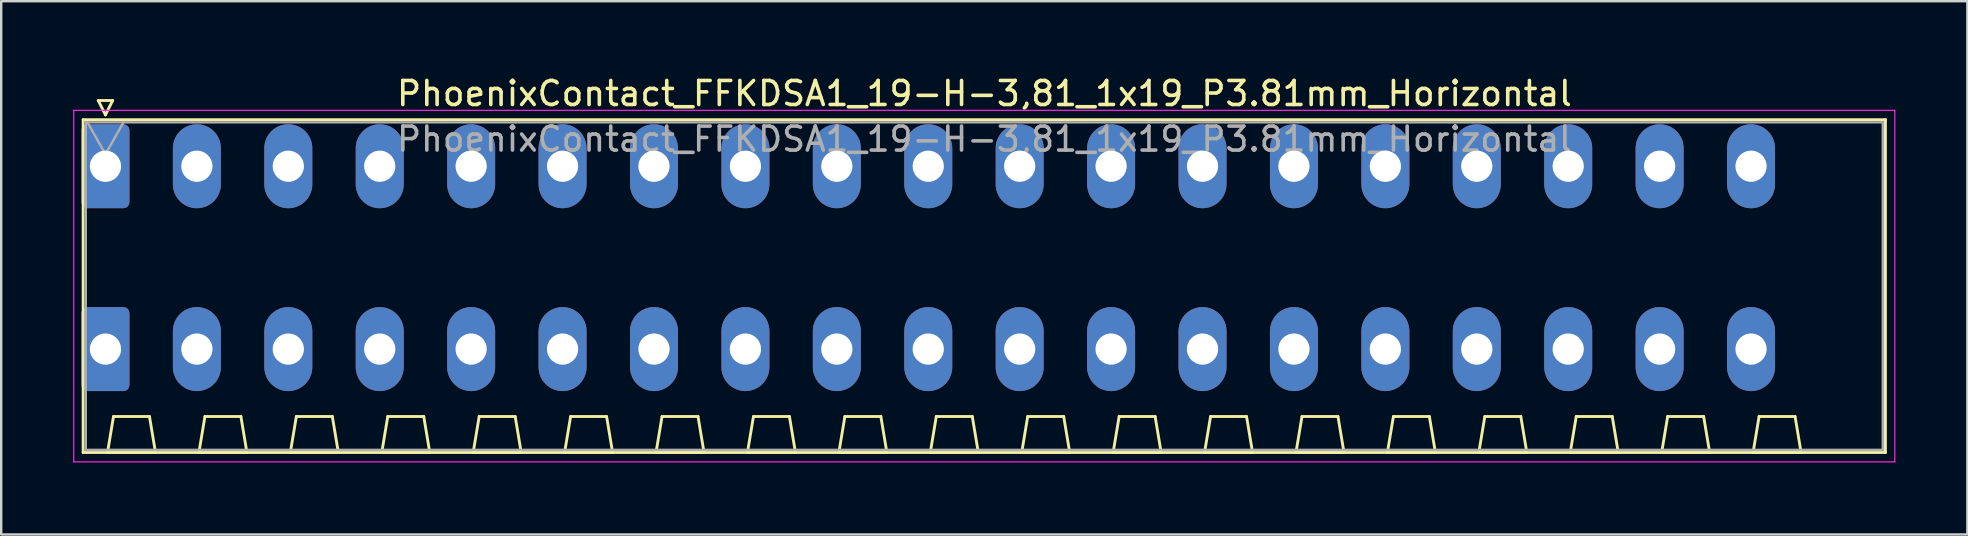
<source format=kicad_pcb>
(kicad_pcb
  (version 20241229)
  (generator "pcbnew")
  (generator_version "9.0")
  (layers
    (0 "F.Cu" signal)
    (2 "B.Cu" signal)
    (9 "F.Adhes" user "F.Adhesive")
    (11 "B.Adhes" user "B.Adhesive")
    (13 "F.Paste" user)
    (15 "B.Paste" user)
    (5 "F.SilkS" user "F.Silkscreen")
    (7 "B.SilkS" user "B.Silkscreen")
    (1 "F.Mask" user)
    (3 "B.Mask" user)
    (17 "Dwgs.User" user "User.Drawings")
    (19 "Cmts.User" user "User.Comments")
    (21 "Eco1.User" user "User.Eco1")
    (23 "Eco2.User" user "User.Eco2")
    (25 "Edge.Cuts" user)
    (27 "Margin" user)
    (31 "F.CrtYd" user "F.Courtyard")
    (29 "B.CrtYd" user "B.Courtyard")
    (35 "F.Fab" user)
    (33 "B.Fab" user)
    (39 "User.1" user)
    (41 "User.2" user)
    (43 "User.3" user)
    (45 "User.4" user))
  (footprint "PhoenixContact_FFKDSA1_19-H-3,81_1x19_P3.81mm_Horizontal"
    (layer "F.Cu")
    (at 1.345 3.878)
    (property "Reference" "PhoenixContact_FFKDSA1_19-H-3,81_1x19_P3.81mm_Horizontal" (at 36.63 -3.03 0) (layer "F.SilkS") (effects (font (size 1 1) (thickness 0.15))))
    (attr through_hole)
    (fp_line (start -0.93 -1.94) (end -0.93 11.93) (stroke (width 0.12) (type solid)) (layer "F.SilkS"))
    (fp_line (start -0.93 11.93) (end 74.18 11.93) (stroke (width 0.12) (type solid)) (layer "F.SilkS"))
    (fp_line (start -0.3 -2.74) (end 0.3 -2.74) (stroke (width 0.12) (type solid)) (layer "F.SilkS"))
    (fp_line (start 0 -2.14) (end -0.3 -2.74) (stroke (width 0.12) (type solid)) (layer "F.SilkS"))
    (fp_line (start 0.085 11.93) (end 2.085 11.93) (stroke (width 0.12) (type solid)) (layer "F.SilkS"))
    (fp_line (start 0.3 -2.74) (end 0 -2.14) (stroke (width 0.12) (type solid)) (layer "F.SilkS"))
    (fp_line (start 0.335 10.43) (end 0.085 11.93) (stroke (width 0.12) (type solid)) (layer "F.SilkS"))
    (fp_line (start 1.835 10.43) (end 0.335 10.43) (stroke (width 0.12) (type solid)) (layer "F.SilkS"))
    (fp_line (start 2.085 11.93) (end 1.835 10.43) (stroke (width 0.12) (type solid)) (layer "F.SilkS"))
    (fp_line (start 3.895 11.93) (end 5.895 11.93) (stroke (width 0.12) (type solid)) (layer "F.SilkS"))
    (fp_line (start 4.145 10.43) (end 3.895 11.93) (stroke (width 0.12) (type solid)) (layer "F.SilkS"))
    (fp_line (start 5.645 10.43) (end 4.145 10.43) (stroke (width 0.12) (type solid)) (layer "F.SilkS"))
    (fp_line (start 5.895 11.93) (end 5.645 10.43) (stroke (width 0.12) (type solid)) (layer "F.SilkS"))
    (fp_line (start 7.705 11.93) (end 9.705 11.93) (stroke (width 0.12) (type solid)) (layer "F.SilkS"))
    (fp_line (start 7.955 10.43) (end 7.705 11.93) (stroke (width 0.12) (type solid)) (layer "F.SilkS"))
    (fp_line (start 9.455 10.43) (end 7.955 10.43) (stroke (width 0.12) (type solid)) (layer "F.SilkS"))
    (fp_line (start 9.705 11.93) (end 9.455 10.43) (stroke (width 0.12) (type solid)) (layer "F.SilkS"))
    (fp_line (start 11.515 11.93) (end 13.515 11.93) (stroke (width 0.12) (type solid)) (layer "F.SilkS"))
    (fp_line (start 11.765 10.43) (end 11.515 11.93) (stroke (width 0.12) (type solid)) (layer "F.SilkS"))
    (fp_line (start 13.265 10.43) (end 11.765 10.43) (stroke (width 0.12) (type solid)) (layer "F.SilkS"))
    (fp_line (start 13.515 11.93) (end 13.265 10.43) (stroke (width 0.12) (type solid)) (layer "F.SilkS"))
    (fp_line (start 15.325 11.93) (end 17.325 11.93) (stroke (width 0.12) (type solid)) (layer "F.SilkS"))
    (fp_line (start 15.575 10.43) (end 15.325 11.93) (stroke (width 0.12) (type solid)) (layer "F.SilkS"))
    (fp_line (start 17.075 10.43) (end 15.575 10.43) (stroke (width 0.12) (type solid)) (layer "F.SilkS"))
    (fp_line (start 17.325 11.93) (end 17.075 10.43) (stroke (width 0.12) (type solid)) (layer "F.SilkS"))
    (fp_line (start 19.135 11.93) (end 21.135 11.93) (stroke (width 0.12) (type solid)) (layer "F.SilkS"))
    (fp_line (start 19.385 10.43) (end 19.135 11.93) (stroke (width 0.12) (type solid)) (layer "F.SilkS"))
    (fp_line (start 20.885 10.43) (end 19.385 10.43) (stroke (width 0.12) (type solid)) (layer "F.SilkS"))
    (fp_line (start 21.135 11.93) (end 20.885 10.43) (stroke (width 0.12) (type solid)) (layer "F.SilkS"))
    (fp_line (start 22.945 11.93) (end 24.945 11.93) (stroke (width 0.12) (type solid)) (layer "F.SilkS"))
    (fp_line (start 23.195 10.43) (end 22.945 11.93) (stroke (width 0.12) (type solid)) (layer "F.SilkS"))
    (fp_line (start 24.695 10.43) (end 23.195 10.43) (stroke (width 0.12) (type solid)) (layer "F.SilkS"))
    (fp_line (start 24.945 11.93) (end 24.695 10.43) (stroke (width 0.12) (type solid)) (layer "F.SilkS"))
    (fp_line (start 26.755 11.93) (end 28.755 11.93) (stroke (width 0.12) (type solid)) (layer "F.SilkS"))
    (fp_line (start 27.005 10.43) (end 26.755 11.93) (stroke (width 0.12) (type solid)) (layer "F.SilkS"))
    (fp_line (start 28.505 10.43) (end 27.005 10.43) (stroke (width 0.12) (type solid)) (layer "F.SilkS"))
    (fp_line (start 28.755 11.93) (end 28.505 10.43) (stroke (width 0.12) (type solid)) (layer "F.SilkS"))
    (fp_line (start 30.565 11.93) (end 32.565 11.93) (stroke (width 0.12) (type solid)) (layer "F.SilkS"))
    (fp_line (start 30.815 10.43) (end 30.565 11.93) (stroke (width 0.12) (type solid)) (layer "F.SilkS"))
    (fp_line (start 32.315 10.43) (end 30.815 10.43) (stroke (width 0.12) (type solid)) (layer "F.SilkS"))
    (fp_line (start 32.565 11.93) (end 32.315 10.43) (stroke (width 0.12) (type solid)) (layer "F.SilkS"))
    (fp_line (start 34.375 11.93) (end 36.375 11.93) (stroke (width 0.12) (type solid)) (layer "F.SilkS"))
    (fp_line (start 34.625 10.43) (end 34.375 11.93) (stroke (width 0.12) (type solid)) (layer "F.SilkS"))
    (fp_line (start 36.125 10.43) (end 34.625 10.43) (stroke (width 0.12) (type solid)) (layer "F.SilkS"))
    (fp_line (start 36.375 11.93) (end 36.125 10.43) (stroke (width 0.12) (type solid)) (layer "F.SilkS"))
    (fp_line (start 38.185 11.93) (end 40.185 11.93) (stroke (width 0.12) (type solid)) (layer "F.SilkS"))
    (fp_line (start 38.435 10.43) (end 38.185 11.93) (stroke (width 0.12) (type solid)) (layer "F.SilkS"))
    (fp_line (start 39.935 10.43) (end 38.435 10.43) (stroke (width 0.12) (type solid)) (layer "F.SilkS"))
    (fp_line (start 40.185 11.93) (end 39.935 10.43) (stroke (width 0.12) (type solid)) (layer "F.SilkS"))
    (fp_line (start 41.995 11.93) (end 43.995 11.93) (stroke (width 0.12) (type solid)) (layer "F.SilkS"))
    (fp_line (start 42.245 10.43) (end 41.995 11.93) (stroke (width 0.12) (type solid)) (layer "F.SilkS"))
    (fp_line (start 43.745 10.43) (end 42.245 10.43) (stroke (width 0.12) (type solid)) (layer "F.SilkS"))
    (fp_line (start 43.995 11.93) (end 43.745 10.43) (stroke (width 0.12) (type solid)) (layer "F.SilkS"))
    (fp_line (start 45.805 11.93) (end 47.805 11.93) (stroke (width 0.12) (type solid)) (layer "F.SilkS"))
    (fp_line (start 46.055 10.43) (end 45.805 11.93) (stroke (width 0.12) (type solid)) (layer "F.SilkS"))
    (fp_line (start 47.555 10.43) (end 46.055 10.43) (stroke (width 0.12) (type solid)) (layer "F.SilkS"))
    (fp_line (start 47.805 11.93) (end 47.555 10.43) (stroke (width 0.12) (type solid)) (layer "F.SilkS"))
    (fp_line (start 49.615 11.93) (end 51.615 11.93) (stroke (width 0.12) (type solid)) (layer "F.SilkS"))
    (fp_line (start 49.865 10.43) (end 49.615 11.93) (stroke (width 0.12) (type solid)) (layer "F.SilkS"))
    (fp_line (start 51.365 10.43) (end 49.865 10.43) (stroke (width 0.12) (type solid)) (layer "F.SilkS"))
    (fp_line (start 51.615 11.93) (end 51.365 10.43) (stroke (width 0.12) (type solid)) (layer "F.SilkS"))
    (fp_line (start 53.425 11.93) (end 55.425 11.93) (stroke (width 0.12) (type solid)) (layer "F.SilkS"))
    (fp_line (start 53.675 10.43) (end 53.425 11.93) (stroke (width 0.12) (type solid)) (layer "F.SilkS"))
    (fp_line (start 55.175 10.43) (end 53.675 10.43) (stroke (width 0.12) (type solid)) (layer "F.SilkS"))
    (fp_line (start 55.425 11.93) (end 55.175 10.43) (stroke (width 0.12) (type solid)) (layer "F.SilkS"))
    (fp_line (start 57.235 11.93) (end 59.235 11.93) (stroke (width 0.12) (type solid)) (layer "F.SilkS"))
    (fp_line (start 57.485 10.43) (end 57.235 11.93) (stroke (width 0.12) (type solid)) (layer "F.SilkS"))
    (fp_line (start 58.985 10.43) (end 57.485 10.43) (stroke (width 0.12) (type solid)) (layer "F.SilkS"))
    (fp_line (start 59.235 11.93) (end 58.985 10.43) (stroke (width 0.12) (type solid)) (layer "F.SilkS"))
    (fp_line (start 61.045 11.93) (end 63.045 11.93) (stroke (width 0.12) (type solid)) (layer "F.SilkS"))
    (fp_line (start 61.295 10.43) (end 61.045 11.93) (stroke (width 0.12) (type solid)) (layer "F.SilkS"))
    (fp_line (start 62.795 10.43) (end 61.295 10.43) (stroke (width 0.12) (type solid)) (layer "F.SilkS"))
    (fp_line (start 63.045 11.93) (end 62.795 10.43) (stroke (width 0.12) (type solid)) (layer "F.SilkS"))
    (fp_line (start 64.855 11.93) (end 66.855 11.93) (stroke (width 0.12) (type solid)) (layer "F.SilkS"))
    (fp_line (start 65.105 10.43) (end 64.855 11.93) (stroke (width 0.12) (type solid)) (layer "F.SilkS"))
    (fp_line (start 66.605 10.43) (end 65.105 10.43) (stroke (width 0.12) (type solid)) (layer "F.SilkS"))
    (fp_line (start 66.855 11.93) (end 66.605 10.43) (stroke (width 0.12) (type solid)) (layer "F.SilkS"))
    (fp_line (start 68.665 11.93) (end 70.665 11.93) (stroke (width 0.12) (type solid)) (layer "F.SilkS"))
    (fp_line (start 68.915 10.43) (end 68.665 11.93) (stroke (width 0.12) (type solid)) (layer "F.SilkS"))
    (fp_line (start 70.415 10.43) (end 68.915 10.43) (stroke (width 0.12) (type solid)) (layer "F.SilkS"))
    (fp_line (start 70.665 11.93) (end 70.415 10.43) (stroke (width 0.12) (type solid)) (layer "F.SilkS"))
    (fp_line (start 74.18 -1.94) (end -0.93 -1.94) (stroke (width 0.12) (type solid)) (layer "F.SilkS"))
    (fp_line (start 74.18 11.93) (end 74.18 -1.94) (stroke (width 0.12) (type solid)) (layer "F.SilkS"))
    (fp_line (start -1.32 -2.33) (end -1.32 12.32) (stroke (width 0.05) (type solid)) (layer "F.CrtYd"))
    (fp_line (start -1.32 12.32) (end 74.57 12.32) (stroke (width 0.05) (type solid)) (layer "F.CrtYd"))
    (fp_line (start 74.57 -2.33) (end -1.32 -2.33) (stroke (width 0.05) (type solid)) (layer "F.CrtYd"))
    (fp_line (start 74.57 12.32) (end 74.57 -2.33) (stroke (width 0.05) (type solid)) (layer "F.CrtYd"))
    (fp_line (start -0.82 -1.83) (end -0.82 11.82) (stroke (width 0.1) (type solid)) (layer "F.Fab"))
    (fp_line (start -0.82 11.82) (end 74.07 11.82) (stroke (width 0.1) (type solid)) (layer "F.Fab"))
    (fp_line (start 0 -0.5) (end -0.75 -1.83) (stroke (width 0.1) (type solid)) (layer "F.Fab"))
    (fp_line (start 0.75 -1.83) (end 0 -0.5) (stroke (width 0.1) (type solid)) (layer "F.Fab"))
    (fp_line (start 74.07 -1.83) (end -0.82 -1.83) (stroke (width 0.1) (type solid)) (layer "F.Fab"))
    (fp_line (start 74.07 11.82) (end 74.07 -1.83) (stroke (width 0.1) (type solid)) (layer "F.Fab"))
    (fp_text user "${REFERENCE}" (at 36.63 -1.13 0) (layer "F.Fab") (effects (font (size 1 1) (thickness 0.15))))
    (pad "1" thru_hole roundrect (at 0 0) (size 2 3.5) (drill 1.3) (layers "*.Cu" "*.Mask") (roundrect_rratio 0.125))
    (pad "1" thru_hole roundrect (at 0 7.62) (size 2 3.5) (drill 1.3) (layers "*.Cu" "*.Mask") (roundrect_rratio 0.125))
    (pad "2" thru_hole oval (at 3.81 0) (size 2 3.5) (drill 1.3) (layers "*.Cu" "*.Mask"))
    (pad "2" thru_hole oval (at 3.81 7.62) (size 2 3.5) (drill 1.3) (layers "*.Cu" "*.Mask"))
    (pad "3" thru_hole oval (at 7.62 0) (size 2 3.5) (drill 1.3) (layers "*.Cu" "*.Mask"))
    (pad "3" thru_hole oval (at 7.62 7.62) (size 2 3.5) (drill 1.3) (layers "*.Cu" "*.Mask"))
    (pad "4" thru_hole oval (at 11.43 0) (size 2 3.5) (drill 1.3) (layers "*.Cu" "*.Mask"))
    (pad "4" thru_hole oval (at 11.43 7.62) (size 2 3.5) (drill 1.3) (layers "*.Cu" "*.Mask"))
    (pad "5" thru_hole oval (at 15.24 0) (size 2 3.5) (drill 1.3) (layers "*.Cu" "*.Mask"))
    (pad "5" thru_hole oval (at 15.24 7.62) (size 2 3.5) (drill 1.3) (layers "*.Cu" "*.Mask"))
    (pad "6" thru_hole oval (at 19.05 0) (size 2 3.5) (drill 1.3) (layers "*.Cu" "*.Mask"))
    (pad "6" thru_hole oval (at 19.05 7.62) (size 2 3.5) (drill 1.3) (layers "*.Cu" "*.Mask"))
    (pad "7" thru_hole oval (at 22.86 0) (size 2 3.5) (drill 1.3) (layers "*.Cu" "*.Mask"))
    (pad "7" thru_hole oval (at 22.86 7.62) (size 2 3.5) (drill 1.3) (layers "*.Cu" "*.Mask"))
    (pad "8" thru_hole oval (at 26.67 0) (size 2 3.5) (drill 1.3) (layers "*.Cu" "*.Mask"))
    (pad "8" thru_hole oval (at 26.67 7.62) (size 2 3.5) (drill 1.3) (layers "*.Cu" "*.Mask"))
    (pad "9" thru_hole oval (at 30.48 0) (size 2 3.5) (drill 1.3) (layers "*.Cu" "*.Mask"))
    (pad "9" thru_hole oval (at 30.48 7.62) (size 2 3.5) (drill 1.3) (layers "*.Cu" "*.Mask"))
    (pad "10" thru_hole oval (at 34.29 0) (size 2 3.5) (drill 1.3) (layers "*.Cu" "*.Mask"))
    (pad "10" thru_hole oval (at 34.29 7.62) (size 2 3.5) (drill 1.3) (layers "*.Cu" "*.Mask"))
    (pad "11" thru_hole oval (at 38.1 0) (size 2 3.5) (drill 1.3) (layers "*.Cu" "*.Mask"))
    (pad "11" thru_hole oval (at 38.1 7.62) (size 2 3.5) (drill 1.3) (layers "*.Cu" "*.Mask"))
    (pad "12" thru_hole oval (at 41.91 0) (size 2 3.5) (drill 1.3) (layers "*.Cu" "*.Mask"))
    (pad "12" thru_hole oval (at 41.91 7.62) (size 2 3.5) (drill 1.3) (layers "*.Cu" "*.Mask"))
    (pad "13" thru_hole oval (at 45.72 0) (size 2 3.5) (drill 1.3) (layers "*.Cu" "*.Mask"))
    (pad "13" thru_hole oval (at 45.72 7.62) (size 2 3.5) (drill 1.3) (layers "*.Cu" "*.Mask"))
    (pad "14" thru_hole oval (at 49.53 0) (size 2 3.5) (drill 1.3) (layers "*.Cu" "*.Mask"))
    (pad "14" thru_hole oval (at 49.53 7.62) (size 2 3.5) (drill 1.3) (layers "*.Cu" "*.Mask"))
    (pad "15" thru_hole oval (at 53.34 0) (size 2 3.5) (drill 1.3) (layers "*.Cu" "*.Mask"))
    (pad "15" thru_hole oval (at 53.34 7.62) (size 2 3.5) (drill 1.3) (layers "*.Cu" "*.Mask"))
    (pad "16" thru_hole oval (at 57.15 0) (size 2 3.5) (drill 1.3) (layers "*.Cu" "*.Mask"))
    (pad "16" thru_hole oval (at 57.15 7.62) (size 2 3.5) (drill 1.3) (layers "*.Cu" "*.Mask"))
    (pad "17" thru_hole oval (at 60.96 0) (size 2 3.5) (drill 1.3) (layers "*.Cu" "*.Mask"))
    (pad "17" thru_hole oval (at 60.96 7.62) (size 2 3.5) (drill 1.3) (layers "*.Cu" "*.Mask"))
    (pad "18" thru_hole oval (at 64.77 0) (size 2 3.5) (drill 1.3) (layers "*.Cu" "*.Mask"))
    (pad "18" thru_hole oval (at 64.77 7.62) (size 2 3.5) (drill 1.3) (layers "*.Cu" "*.Mask"))
    (pad "19" thru_hole oval (at 68.58 0) (size 2 3.5) (drill 1.3) (layers "*.Cu" "*.Mask"))
    (pad "19" thru_hole oval (at 68.58 7.62) (size 2 3.5) (drill 1.3) (layers "*.Cu" "*.Mask")))
  (gr_rect
    (start -3 -3)
    (end 78.94 19.223)
    (stroke (width 0.1) (type default))
    (fill no)
    (layer "Edge.Cuts")))
</source>
